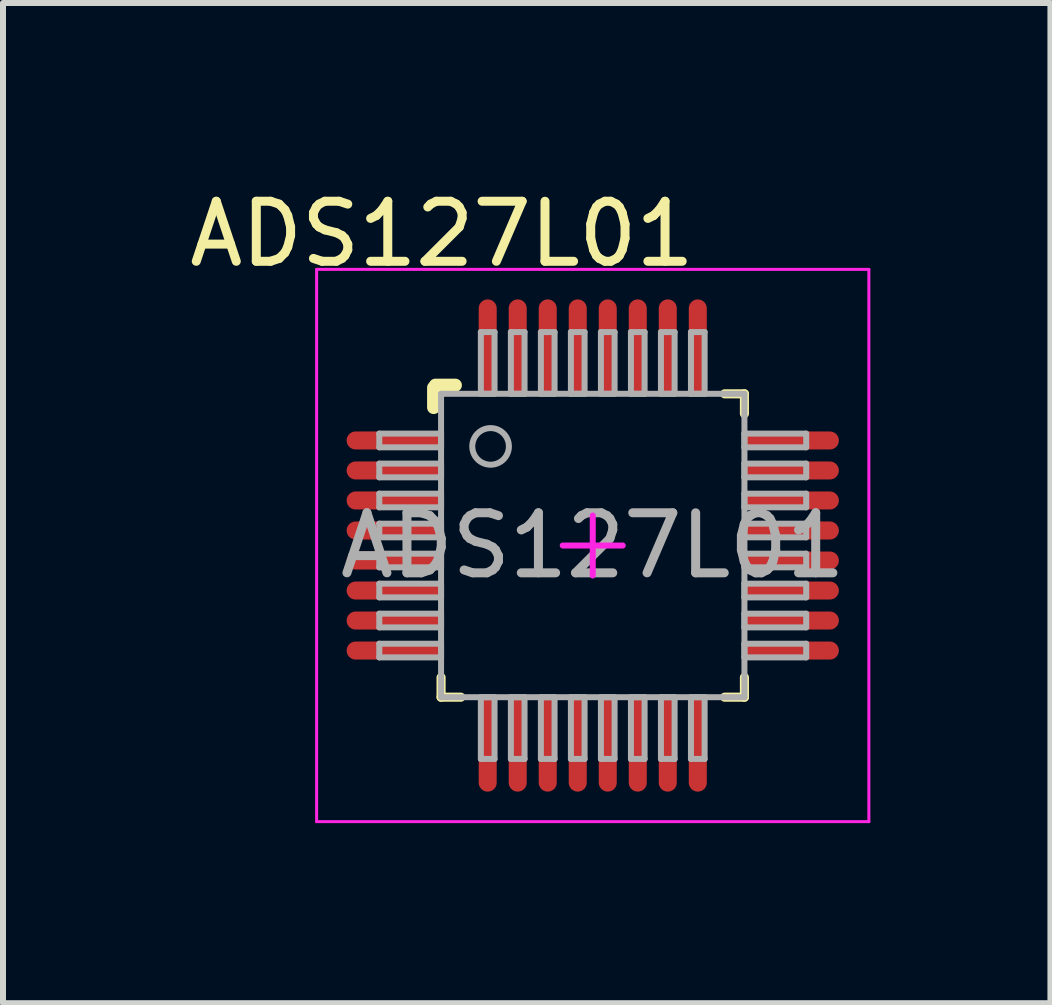
<source format=kicad_pcb>
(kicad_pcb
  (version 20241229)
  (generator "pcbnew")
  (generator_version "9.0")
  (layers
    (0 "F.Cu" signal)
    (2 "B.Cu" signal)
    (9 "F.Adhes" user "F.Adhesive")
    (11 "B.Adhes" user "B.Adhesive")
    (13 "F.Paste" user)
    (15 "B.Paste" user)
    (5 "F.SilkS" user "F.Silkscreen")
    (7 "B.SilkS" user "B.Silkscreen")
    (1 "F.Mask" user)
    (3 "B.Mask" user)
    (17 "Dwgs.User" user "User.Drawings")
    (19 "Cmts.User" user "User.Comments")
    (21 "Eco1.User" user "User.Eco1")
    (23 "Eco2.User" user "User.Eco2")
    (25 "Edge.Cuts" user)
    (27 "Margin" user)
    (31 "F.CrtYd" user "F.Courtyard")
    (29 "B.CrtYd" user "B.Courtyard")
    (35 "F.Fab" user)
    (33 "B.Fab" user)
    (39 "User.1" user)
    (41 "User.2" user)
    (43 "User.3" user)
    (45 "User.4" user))
  (footprint "ADS127L01"
    (layer "F.Cu")
    (at 6.825 6.038)
    (property "Reference" "ADS127L01" (at -2.51 -5.19 0) (unlocked yes) (layer "F.SilkS") (effects (font (size 1 1) (thickness 0.15))))
    (attr smd)
    (fp_line (start -2.65 -2.3) (end -2.65 -2.63) (stroke (width 0.22) (type solid)) (layer "F.SilkS"))
    (fp_line (start -2.62 -2.67) (end -2.29 -2.67) (stroke (width 0.22) (type solid)) (layer "F.SilkS"))
    (fp_line (start -2.527 2.527) (end -2.527 2.197) (stroke (width 0.152) (type solid)) (layer "F.SilkS"))
    (fp_line (start -2.527 2.527) (end -2.197 2.527) (stroke (width 0.152) (type solid)) (layer "F.SilkS"))
    (fp_line (start 2.197 -2.527) (end 2.527 -2.527) (stroke (width 0.152) (type solid)) (layer "F.SilkS"))
    (fp_line (start 2.197 2.527) (end 2.527 2.527) (stroke (width 0.152) (type solid)) (layer "F.SilkS"))
    (fp_line (start 2.527 -2.197) (end 2.527 -2.527) (stroke (width 0.152) (type solid)) (layer "F.SilkS"))
    (fp_line (start 2.527 2.527) (end 2.527 2.197) (stroke (width 0.152) (type solid)) (layer "F.SilkS"))
    (fp_line (start -4.6 -4.6) (end 4.6 -4.6) (stroke (width 0.05) (type solid)) (layer "F.CrtYd"))
    (fp_line (start -4.6 4.6) (end -4.6 -4.6) (stroke (width 0.05) (type solid)) (layer "F.CrtYd"))
    (fp_line (start -4.6 4.6) (end 4.6 4.6) (stroke (width 0.05) (type solid)) (layer "F.CrtYd"))
    (fp_line (start -0.5 0.000003) (end 0.5 0.000003) (stroke (width 0.1) (type solid)) (layer "F.CrtYd"))
    (fp_line (start 0 0.5) (end 0 -0.5) (stroke (width 0.1) (type solid)) (layer "F.CrtYd"))
    (fp_line (start 4.6 4.6) (end 4.6 -4.6) (stroke (width 0.05) (type solid)) (layer "F.CrtYd"))
    (fp_line (start -3.556 -1.864) (end -2.527 -1.864) (stroke (width 0.1) (type solid)) (layer "F.Fab"))
    (fp_line (start -3.556 -1.636) (end -3.556 -1.864) (stroke (width 0.1) (type solid)) (layer "F.Fab"))
    (fp_line (start -3.556 -1.636) (end -2.527 -1.636) (stroke (width 0.1) (type solid)) (layer "F.Fab"))
    (fp_line (start -3.556 -1.364) (end -2.527 -1.364) (stroke (width 0.1) (type solid)) (layer "F.Fab"))
    (fp_line (start -3.556 -1.136) (end -3.556 -1.364) (stroke (width 0.1) (type solid)) (layer "F.Fab"))
    (fp_line (start -3.556 -1.136) (end -2.527 -1.136) (stroke (width 0.1) (type solid)) (layer "F.Fab"))
    (fp_line (start -3.556 -0.864) (end -2.527 -0.864) (stroke (width 0.1) (type solid)) (layer "F.Fab"))
    (fp_line (start -3.556 -0.636) (end -3.556 -0.864) (stroke (width 0.1) (type solid)) (layer "F.Fab"))
    (fp_line (start -3.556 -0.636) (end -2.527 -0.636) (stroke (width 0.1) (type solid)) (layer "F.Fab"))
    (fp_line (start -3.556 -0.364) (end -2.527 -0.364) (stroke (width 0.1) (type solid)) (layer "F.Fab"))
    (fp_line (start -3.556 -0.136) (end -3.556 -0.364) (stroke (width 0.1) (type solid)) (layer "F.Fab"))
    (fp_line (start -3.556 -0.136) (end -2.527 -0.136) (stroke (width 0.1) (type solid)) (layer "F.Fab"))
    (fp_line (start -3.556 0.136) (end -2.527 0.136) (stroke (width 0.1) (type solid)) (layer "F.Fab"))
    (fp_line (start -3.556 0.364) (end -3.556 0.136) (stroke (width 0.1) (type solid)) (layer "F.Fab"))
    (fp_line (start -3.556 0.364) (end -2.527 0.364) (stroke (width 0.1) (type solid)) (layer "F.Fab"))
    (fp_line (start -3.556 0.636) (end -2.527 0.636) (stroke (width 0.1) (type solid)) (layer "F.Fab"))
    (fp_line (start -3.556 0.864) (end -3.556 0.636) (stroke (width 0.1) (type solid)) (layer "F.Fab"))
    (fp_line (start -3.556 0.864) (end -2.527 0.864) (stroke (width 0.1) (type solid)) (layer "F.Fab"))
    (fp_line (start -3.556 1.136) (end -2.527 1.136) (stroke (width 0.1) (type solid)) (layer "F.Fab"))
    (fp_line (start -3.556 1.364) (end -3.556 1.136) (stroke (width 0.1) (type solid)) (layer "F.Fab"))
    (fp_line (start -3.556 1.364) (end -2.527 1.364) (stroke (width 0.1) (type solid)) (layer "F.Fab"))
    (fp_line (start -3.556 1.636) (end -2.527 1.636) (stroke (width 0.1) (type solid)) (layer "F.Fab"))
    (fp_line (start -3.556 1.864) (end -3.556 1.636) (stroke (width 0.1) (type solid)) (layer "F.Fab"))
    (fp_line (start -3.556 1.864) (end -2.527 1.864) (stroke (width 0.1) (type solid)) (layer "F.Fab"))
    (fp_line (start -2.527 -2.527) (end 2.527 -2.527) (stroke (width 0.1) (type solid)) (layer "F.Fab"))
    (fp_line (start -2.527 -1.636) (end -2.527 -1.864) (stroke (width 0.1) (type solid)) (layer "F.Fab"))
    (fp_line (start -2.527 -1.136) (end -2.527 -1.364) (stroke (width 0.1) (type solid)) (layer "F.Fab"))
    (fp_line (start -2.527 -0.636) (end -2.527 -0.864) (stroke (width 0.1) (type solid)) (layer "F.Fab"))
    (fp_line (start -2.527 -0.136) (end -2.527 -0.364) (stroke (width 0.1) (type solid)) (layer "F.Fab"))
    (fp_line (start -2.527 0.364) (end -2.527 0.136) (stroke (width 0.1) (type solid)) (layer "F.Fab"))
    (fp_line (start -2.527 0.864) (end -2.527 0.636) (stroke (width 0.1) (type solid)) (layer "F.Fab"))
    (fp_line (start -2.527 1.364) (end -2.527 1.136) (stroke (width 0.1) (type solid)) (layer "F.Fab"))
    (fp_line (start -2.527 1.864) (end -2.527 1.636) (stroke (width 0.1) (type solid)) (layer "F.Fab"))
    (fp_line (start -2.527 2.527) (end -2.527 -2.527) (stroke (width 0.1) (type solid)) (layer "F.Fab"))
    (fp_line (start -2.527 2.527) (end 2.527 2.527) (stroke (width 0.1) (type solid)) (layer "F.Fab"))
    (fp_line (start -1.864 -3.556) (end -1.636 -3.556) (stroke (width 0.1) (type solid)) (layer "F.Fab"))
    (fp_line (start -1.864 -2.527) (end -1.864 -3.556) (stroke (width 0.1) (type solid)) (layer "F.Fab"))
    (fp_line (start -1.864 -2.527) (end -1.636 -2.527) (stroke (width 0.1) (type solid)) (layer "F.Fab"))
    (fp_line (start -1.864 2.527) (end -1.636 2.527) (stroke (width 0.1) (type solid)) (layer "F.Fab"))
    (fp_line (start -1.864 3.556) (end -1.864 2.527) (stroke (width 0.1) (type solid)) (layer "F.Fab"))
    (fp_line (start -1.864 3.556) (end -1.636 3.556) (stroke (width 0.1) (type solid)) (layer "F.Fab"))
    (fp_line (start -1.636 -2.527) (end -1.636 -3.556) (stroke (width 0.1) (type solid)) (layer "F.Fab"))
    (fp_line (start -1.636 3.556) (end -1.636 2.527) (stroke (width 0.1) (type solid)) (layer "F.Fab"))
    (fp_line (start -1.364 -3.556) (end -1.136 -3.556) (stroke (width 0.1) (type solid)) (layer "F.Fab"))
    (fp_line (start -1.364 -2.527) (end -1.364 -3.556) (stroke (width 0.1) (type solid)) (layer "F.Fab"))
    (fp_line (start -1.364 -2.527) (end -1.136 -2.527) (stroke (width 0.1) (type solid)) (layer "F.Fab"))
    (fp_line (start -1.364 2.527) (end -1.136 2.527) (stroke (width 0.1) (type solid)) (layer "F.Fab"))
    (fp_line (start -1.364 3.556) (end -1.364 2.527) (stroke (width 0.1) (type solid)) (layer "F.Fab"))
    (fp_line (start -1.364 3.556) (end -1.136 3.556) (stroke (width 0.1) (type solid)) (layer "F.Fab"))
    (fp_line (start -1.136 -2.527) (end -1.136 -3.556) (stroke (width 0.1) (type solid)) (layer "F.Fab"))
    (fp_line (start -1.136 3.556) (end -1.136 2.527) (stroke (width 0.1) (type solid)) (layer "F.Fab"))
    (fp_line (start -0.864 -3.556) (end -0.636 -3.556) (stroke (width 0.1) (type solid)) (layer "F.Fab"))
    (fp_line (start -0.864 -2.527) (end -0.864 -3.556) (stroke (width 0.1) (type solid)) (layer "F.Fab"))
    (fp_line (start -0.864 -2.527) (end -0.636 -2.527) (stroke (width 0.1) (type solid)) (layer "F.Fab"))
    (fp_line (start -0.864 2.527) (end -0.636 2.527) (stroke (width 0.1) (type solid)) (layer "F.Fab"))
    (fp_line (start -0.864 3.556) (end -0.864 2.527) (stroke (width 0.1) (type solid)) (layer "F.Fab"))
    (fp_line (start -0.864 3.556) (end -0.636 3.556) (stroke (width 0.1) (type solid)) (layer "F.Fab"))
    (fp_line (start -0.636 -2.527) (end -0.636 -3.556) (stroke (width 0.1) (type solid)) (layer "F.Fab"))
    (fp_line (start -0.636 3.556) (end -0.636 2.527) (stroke (width 0.1) (type solid)) (layer "F.Fab"))
    (fp_line (start -0.364 -3.556) (end -0.136 -3.556) (stroke (width 0.1) (type solid)) (layer "F.Fab"))
    (fp_line (start -0.364 -2.527) (end -0.364 -3.556) (stroke (width 0.1) (type solid)) (layer "F.Fab"))
    (fp_line (start -0.364 -2.527) (end -0.136 -2.527) (stroke (width 0.1) (type solid)) (layer "F.Fab"))
    (fp_line (start -0.364 2.527) (end -0.136 2.527) (stroke (width 0.1) (type solid)) (layer "F.Fab"))
    (fp_line (start -0.364 3.556) (end -0.364 2.527) (stroke (width 0.1) (type solid)) (layer "F.Fab"))
    (fp_line (start -0.364 3.556) (end -0.136 3.556) (stroke (width 0.1) (type solid)) (layer "F.Fab"))
    (fp_line (start -0.136 -2.527) (end -0.136 -3.556) (stroke (width 0.1) (type solid)) (layer "F.Fab"))
    (fp_line (start -0.136 3.556) (end -0.136 2.527) (stroke (width 0.1) (type solid)) (layer "F.Fab"))
    (fp_line (start 0.136 -3.556) (end 0.364 -3.556) (stroke (width 0.1) (type solid)) (layer "F.Fab"))
    (fp_line (start 0.136 -2.527) (end 0.136 -3.556) (stroke (width 0.1) (type solid)) (layer "F.Fab"))
    (fp_line (start 0.136 -2.527) (end 0.364 -2.527) (stroke (width 0.1) (type solid)) (layer "F.Fab"))
    (fp_line (start 0.136 2.527) (end 0.364 2.527) (stroke (width 0.1) (type solid)) (layer "F.Fab"))
    (fp_line (start 0.136 3.556) (end 0.136 2.527) (stroke (width 0.1) (type solid)) (layer "F.Fab"))
    (fp_line (start 0.136 3.556) (end 0.364 3.556) (stroke (width 0.1) (type solid)) (layer "F.Fab"))
    (fp_line (start 0.364 -2.527) (end 0.364 -3.556) (stroke (width 0.1) (type solid)) (layer "F.Fab"))
    (fp_line (start 0.364 3.556) (end 0.364 2.527) (stroke (width 0.1) (type solid)) (layer "F.Fab"))
    (fp_line (start 0.636 -3.556) (end 0.864 -3.556) (stroke (width 0.1) (type solid)) (layer "F.Fab"))
    (fp_line (start 0.636 -2.527) (end 0.636 -3.556) (stroke (width 0.1) (type solid)) (layer "F.Fab"))
    (fp_line (start 0.636 -2.527) (end 0.864 -2.527) (stroke (width 0.1) (type solid)) (layer "F.Fab"))
    (fp_line (start 0.636 2.527) (end 0.864 2.527) (stroke (width 0.1) (type solid)) (layer "F.Fab"))
    (fp_line (start 0.636 3.556) (end 0.636 2.527) (stroke (width 0.1) (type solid)) (layer "F.Fab"))
    (fp_line (start 0.636 3.556) (end 0.864 3.556) (stroke (width 0.1) (type solid)) (layer "F.Fab"))
    (fp_line (start 0.864 -2.527) (end 0.864 -3.556) (stroke (width 0.1) (type solid)) (layer "F.Fab"))
    (fp_line (start 0.864 3.556) (end 0.864 2.527) (stroke (width 0.1) (type solid)) (layer "F.Fab"))
    (fp_line (start 1.136 -3.556) (end 1.364 -3.556) (stroke (width 0.1) (type solid)) (layer "F.Fab"))
    (fp_line (start 1.136 -2.527) (end 1.136 -3.556) (stroke (width 0.1) (type solid)) (layer "F.Fab"))
    (fp_line (start 1.136 -2.527) (end 1.364 -2.527) (stroke (width 0.1) (type solid)) (layer "F.Fab"))
    (fp_line (start 1.136 2.527) (end 1.364 2.527) (stroke (width 0.1) (type solid)) (layer "F.Fab"))
    (fp_line (start 1.136 3.556) (end 1.136 2.527) (stroke (width 0.1) (type solid)) (layer "F.Fab"))
    (fp_line (start 1.136 3.556) (end 1.364 3.556) (stroke (width 0.1) (type solid)) (layer "F.Fab"))
    (fp_line (start 1.364 -2.527) (end 1.364 -3.556) (stroke (width 0.1) (type solid)) (layer "F.Fab"))
    (fp_line (start 1.364 3.556) (end 1.364 2.527) (stroke (width 0.1) (type solid)) (layer "F.Fab"))
    (fp_line (start 1.636 -3.556) (end 1.864 -3.556) (stroke (width 0.1) (type solid)) (layer "F.Fab"))
    (fp_line (start 1.636 -2.527) (end 1.636 -3.556) (stroke (width 0.1) (type solid)) (layer "F.Fab"))
    (fp_line (start 1.636 -2.527) (end 1.864 -2.527) (stroke (width 0.1) (type solid)) (layer "F.Fab"))
    (fp_line (start 1.636 2.527) (end 1.864 2.527) (stroke (width 0.1) (type solid)) (layer "F.Fab"))
    (fp_line (start 1.636 3.556) (end 1.636 2.527) (stroke (width 0.1) (type solid)) (layer "F.Fab"))
    (fp_line (start 1.636 3.556) (end 1.864 3.556) (stroke (width 0.1) (type solid)) (layer "F.Fab"))
    (fp_line (start 1.864 -2.527) (end 1.864 -3.556) (stroke (width 0.1) (type solid)) (layer "F.Fab"))
    (fp_line (start 1.864 3.556) (end 1.864 2.527) (stroke (width 0.1) (type solid)) (layer "F.Fab"))
    (fp_line (start 2.527 -1.864) (end 3.556 -1.864) (stroke (width 0.1) (type solid)) (layer "F.Fab"))
    (fp_line (start 2.527 -1.636) (end 2.527 -1.864) (stroke (width 0.1) (type solid)) (layer "F.Fab"))
    (fp_line (start 2.527 -1.636) (end 3.556 -1.636) (stroke (width 0.1) (type solid)) (layer "F.Fab"))
    (fp_line (start 2.527 -1.364) (end 3.556 -1.364) (stroke (width 0.1) (type solid)) (layer "F.Fab"))
    (fp_line (start 2.527 -1.136) (end 2.527 -1.364) (stroke (width 0.1) (type solid)) (layer "F.Fab"))
    (fp_line (start 2.527 -1.136) (end 3.556 -1.136) (stroke (width 0.1) (type solid)) (layer "F.Fab"))
    (fp_line (start 2.527 -0.864) (end 3.556 -0.864) (stroke (width 0.1) (type solid)) (layer "F.Fab"))
    (fp_line (start 2.527 -0.636) (end 2.527 -0.864) (stroke (width 0.1) (type solid)) (layer "F.Fab"))
    (fp_line (start 2.527 -0.636) (end 3.556 -0.636) (stroke (width 0.1) (type solid)) (layer "F.Fab"))
    (fp_line (start 2.527 -0.364) (end 3.556 -0.364) (stroke (width 0.1) (type solid)) (layer "F.Fab"))
    (fp_line (start 2.527 -0.136) (end 2.527 -0.364) (stroke (width 0.1) (type solid)) (layer "F.Fab"))
    (fp_line (start 2.527 -0.136) (end 3.556 -0.136) (stroke (width 0.1) (type solid)) (layer "F.Fab"))
    (fp_line (start 2.527 0.136) (end 3.556 0.136) (stroke (width 0.1) (type solid)) (layer "F.Fab"))
    (fp_line (start 2.527 0.364) (end 2.527 0.136) (stroke (width 0.1) (type solid)) (layer "F.Fab"))
    (fp_line (start 2.527 0.364) (end 3.556 0.364) (stroke (width 0.1) (type solid)) (layer "F.Fab"))
    (fp_line (start 2.527 0.636) (end 3.556 0.636) (stroke (width 0.1) (type solid)) (layer "F.Fab"))
    (fp_line (start 2.527 0.864) (end 2.527 0.636) (stroke (width 0.1) (type solid)) (layer "F.Fab"))
    (fp_line (start 2.527 0.864) (end 3.556 0.864) (stroke (width 0.1) (type solid)) (layer "F.Fab"))
    (fp_line (start 2.527 1.136) (end 3.556 1.136) (stroke (width 0.1) (type solid)) (layer "F.Fab"))
    (fp_line (start 2.527 1.364) (end 2.527 1.136) (stroke (width 0.1) (type solid)) (layer "F.Fab"))
    (fp_line (start 2.527 1.364) (end 3.556 1.364) (stroke (width 0.1) (type solid)) (layer "F.Fab"))
    (fp_line (start 2.527 1.636) (end 3.556 1.636) (stroke (width 0.1) (type solid)) (layer "F.Fab"))
    (fp_line (start 2.527 1.864) (end 2.527 1.636) (stroke (width 0.1) (type solid)) (layer "F.Fab"))
    (fp_line (start 2.527 1.864) (end 3.556 1.864) (stroke (width 0.1) (type solid)) (layer "F.Fab"))
    (fp_line (start 2.527 2.527) (end 2.527 -2.527) (stroke (width 0.1) (type solid)) (layer "F.Fab"))
    (fp_line (start 3.556 -1.636) (end 3.556 -1.864) (stroke (width 0.1) (type solid)) (layer "F.Fab"))
    (fp_line (start 3.556 -1.136) (end 3.556 -1.364) (stroke (width 0.1) (type solid)) (layer "F.Fab"))
    (fp_line (start 3.556 -0.636) (end 3.556 -0.864) (stroke (width 0.1) (type solid)) (layer "F.Fab"))
    (fp_line (start 3.556 -0.136) (end 3.556 -0.364) (stroke (width 0.1) (type solid)) (layer "F.Fab"))
    (fp_line (start 3.556 0.364) (end 3.556 0.136) (stroke (width 0.1) (type solid)) (layer "F.Fab"))
    (fp_line (start 3.556 0.864) (end 3.556 0.636) (stroke (width 0.1) (type solid)) (layer "F.Fab"))
    (fp_line (start 3.556 1.364) (end 3.556 1.136) (stroke (width 0.1) (type solid)) (layer "F.Fab"))
    (fp_line (start 3.556 1.864) (end 3.556 1.636) (stroke (width 0.1) (type solid)) (layer "F.Fab"))
    (fp_circle (center -1.702 -1.651) (end -1.397 -1.651) (stroke (width 0.1) (type solid)) (fill no) (layer "F.Fab"))
    (fp_text user "${REFERENCE}" (at 0 0 0) (unlocked yes) (layer "F.Fab") (effects (font (size 1 1) (thickness 0.15))))
    (pad "1" smd oval (at -3.3 -1.75 90) (size 0.3 1.6) (layers "F.Cu" "F.Mask" "F.Paste"))
    (pad "2" smd oval (at -3.3 -1.25 90) (size 0.3 1.6) (layers "F.Cu" "F.Mask" "F.Paste"))
    (pad "3" smd oval (at -3.3 -0.75 90) (size 0.3 1.6) (layers "F.Cu" "F.Mask" "F.Paste"))
    (pad "4" smd oval (at -3.3 -0.25 90) (size 0.3 1.6) (layers "F.Cu" "F.Mask" "F.Paste"))
    (pad "5" smd oval (at -3.3 0.25 90) (size 0.3 1.6) (layers "F.Cu" "F.Mask" "F.Paste"))
    (pad "6" smd oval (at -3.3 0.75 90) (size 0.3 1.6) (layers "F.Cu" "F.Mask" "F.Paste"))
    (pad "7" smd oval (at -3.3 1.25 90) (size 0.3 1.6) (layers "F.Cu" "F.Mask" "F.Paste"))
    (pad "8" smd oval (at -3.3 1.75 90) (size 0.3 1.6) (layers "F.Cu" "F.Mask" "F.Paste"))
    (pad "9" smd oval (at -1.75 3.3) (size 0.3 1.6) (layers "F.Cu" "F.Mask" "F.Paste"))
    (pad "10" smd oval (at -1.25 3.3) (size 0.3 1.6) (layers "F.Cu" "F.Mask" "F.Paste"))
    (pad "11" smd oval (at -0.75 3.3) (size 0.3 1.6) (layers "F.Cu" "F.Mask" "F.Paste"))
    (pad "12" smd oval (at -0.25 3.3) (size 0.3 1.6) (layers "F.Cu" "F.Mask" "F.Paste"))
    (pad "13" smd oval (at 0.25 3.3) (size 0.3 1.6) (layers "F.Cu" "F.Mask" "F.Paste"))
    (pad "14" smd oval (at 0.75 3.3) (size 0.3 1.6) (layers "F.Cu" "F.Mask" "F.Paste"))
    (pad "15" smd oval (at 1.25 3.3) (size 0.3 1.6) (layers "F.Cu" "F.Mask" "F.Paste"))
    (pad "16" smd oval (at 1.75 3.3) (size 0.3 1.6) (layers "F.Cu" "F.Mask" "F.Paste"))
    (pad "17" smd oval (at 3.3 1.75 90) (size 0.3 1.6) (layers "F.Cu" "F.Mask" "F.Paste"))
    (pad "18" smd oval (at 3.3 1.25 90) (size 0.3 1.6) (layers "F.Cu" "F.Mask" "F.Paste"))
    (pad "19" smd oval (at 3.3 0.75 90) (size 0.3 1.6) (layers "F.Cu" "F.Mask" "F.Paste"))
    (pad "20" smd oval (at 3.3 0.25 90) (size 0.3 1.6) (layers "F.Cu" "F.Mask" "F.Paste"))
    (pad "21" smd oval (at 3.3 -0.25 90) (size 0.3 1.6) (layers "F.Cu" "F.Mask" "F.Paste"))
    (pad "22" smd oval (at 3.3 -0.75 90) (size 0.3 1.6) (layers "F.Cu" "F.Mask" "F.Paste"))
    (pad "23" smd oval (at 3.3 -1.25 90) (size 0.3 1.6) (layers "F.Cu" "F.Mask" "F.Paste"))
    (pad "24" smd oval (at 3.3 -1.75 90) (size 0.3 1.6) (layers "F.Cu" "F.Mask" "F.Paste"))
    (pad "25" smd oval (at 1.75 -3.3) (size 0.3 1.6) (layers "F.Cu" "F.Mask" "F.Paste"))
    (pad "26" smd oval (at 1.25 -3.3) (size 0.3 1.6) (layers "F.Cu" "F.Mask" "F.Paste"))
    (pad "27" smd oval (at 0.75 -3.3) (size 0.3 1.6) (layers "F.Cu" "F.Mask" "F.Paste"))
    (pad "28" smd oval (at 0.25 -3.3) (size 0.3 1.6) (layers "F.Cu" "F.Mask" "F.Paste"))
    (pad "29" smd oval (at -0.25 -3.3) (size 0.3 1.6) (layers "F.Cu" "F.Mask" "F.Paste"))
    (pad "30" smd oval (at -0.75 -3.3) (size 0.3 1.6) (layers "F.Cu" "F.Mask" "F.Paste"))
    (pad "31" smd oval (at -1.25 -3.3) (size 0.3 1.6) (layers "F.Cu" "F.Mask" "F.Paste"))
    (pad "32" smd oval (at -1.75 -3.3) (size 0.3 1.6) (layers "F.Cu" "F.Mask" "F.Paste")))
  (gr_rect
    (start -3 -3)
    (end 14.45 13.663)
    (stroke (width 0.1) (type default))
    (fill no)
    (layer "Edge.Cuts")))
</source>
